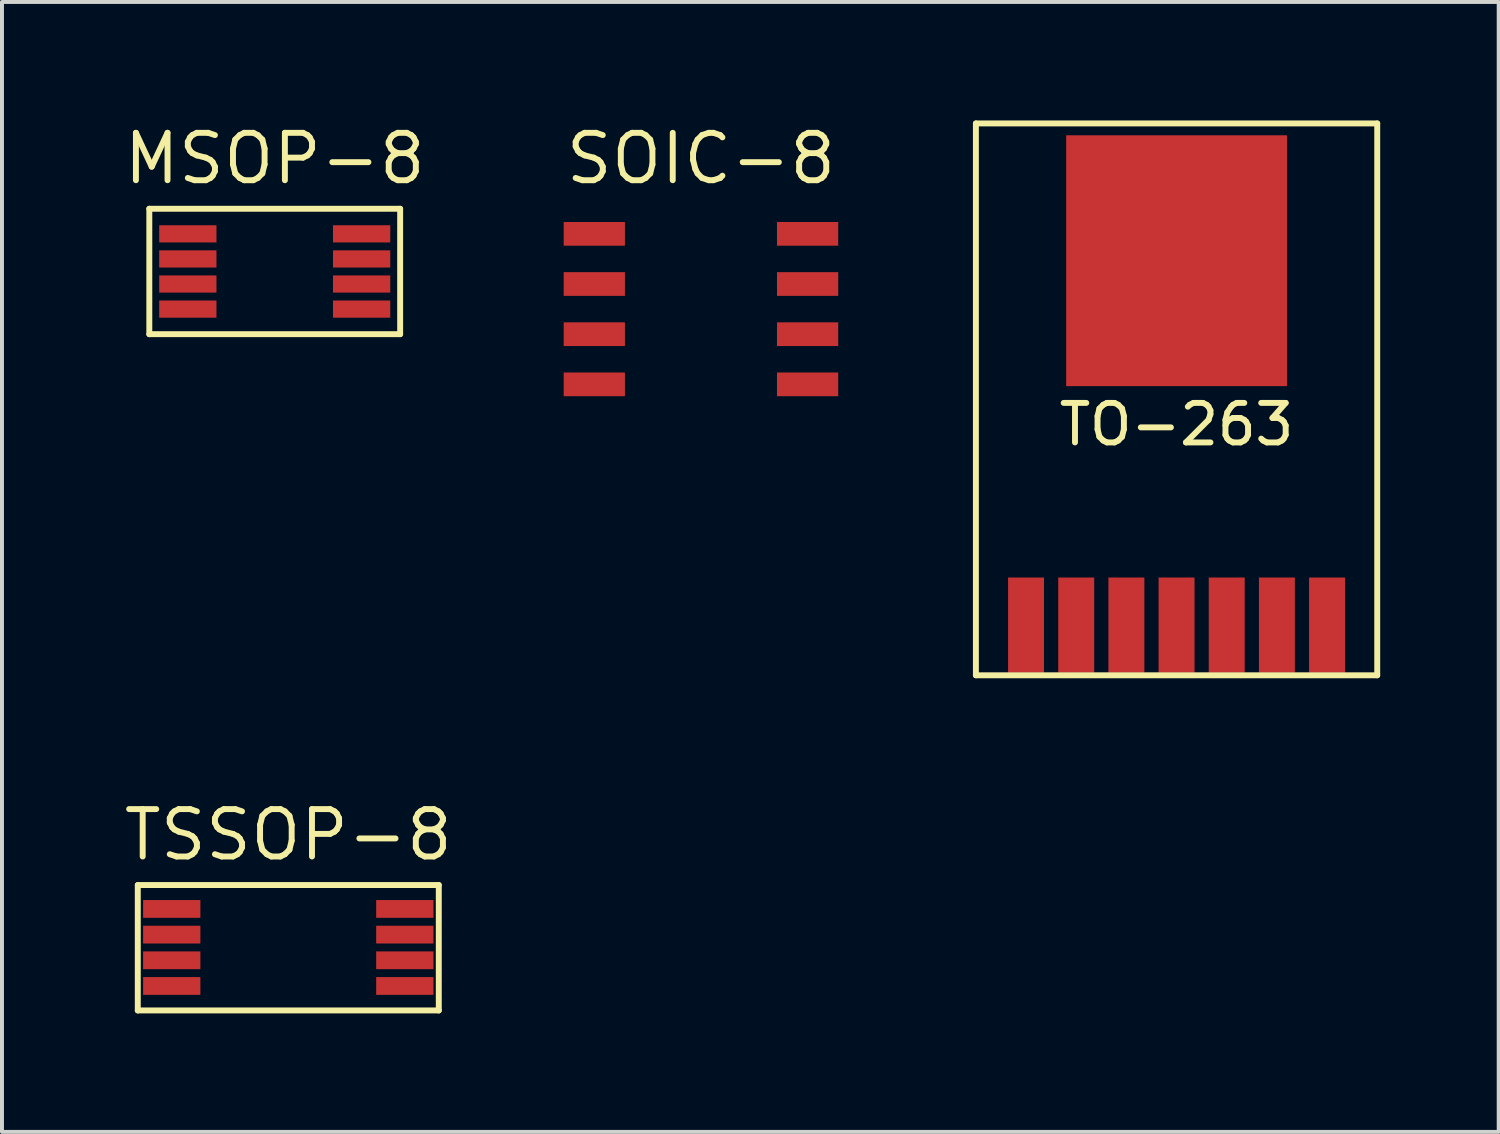
<source format=kicad_pcb>
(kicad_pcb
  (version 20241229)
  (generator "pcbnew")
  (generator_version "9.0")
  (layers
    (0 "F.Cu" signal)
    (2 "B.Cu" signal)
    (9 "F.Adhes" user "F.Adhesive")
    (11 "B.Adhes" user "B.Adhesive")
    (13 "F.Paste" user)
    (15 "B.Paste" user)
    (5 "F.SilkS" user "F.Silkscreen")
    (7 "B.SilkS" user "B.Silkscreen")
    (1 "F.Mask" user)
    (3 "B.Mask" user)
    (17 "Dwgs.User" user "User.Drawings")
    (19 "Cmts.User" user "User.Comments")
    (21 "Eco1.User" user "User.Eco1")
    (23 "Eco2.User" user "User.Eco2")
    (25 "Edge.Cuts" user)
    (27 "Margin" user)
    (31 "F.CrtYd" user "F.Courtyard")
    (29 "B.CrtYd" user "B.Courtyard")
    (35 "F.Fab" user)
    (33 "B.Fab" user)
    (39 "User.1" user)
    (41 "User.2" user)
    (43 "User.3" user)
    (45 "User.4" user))
  (footprint "SOIC-8"
    (layer "F.Cu")
    (at 14.695 4.775)
    (property "Reference" "SOIC-8" (at 0 -3.81 0) (layer "F.SilkS") (effects (font (size 1.2 1.2) (thickness 0.15))))
    (attr through_hole)
    (fp_line (start -3.81 -2.54) (end -3.81 2.54) (stroke (width 0.15) (type solid)) (layer "B.Paste"))
    (fp_line (start -3.81 2.54) (end 3.81 2.54) (stroke (width 0.15) (type solid)) (layer "B.Paste"))
    (fp_line (start 3.81 -2.54) (end -3.81 -2.54) (stroke (width 0.15) (type solid)) (layer "B.Paste"))
    (fp_line (start 3.81 2.54) (end 3.81 -2.54) (stroke (width 0.15) (type solid)) (layer "B.Paste"))
    (fp_arc (start 1.27 -2.54) (mid 0 -1.27) (end -1.27 -2.54) (stroke (width 0.15) (type solid)) (layer "B.Paste"))
    (pad "1" smd rect (at -2.7 -1.905 270) (size 0.6 1.55) (layers "F.Cu" "F.Mask" "F.Paste"))
    (pad "2" smd rect (at -2.7 -0.635 270) (size 0.6 1.55) (layers "F.Cu" "F.Mask" "F.Paste"))
    (pad "3" smd rect (at -2.7 0.635 270) (size 0.6 1.55) (layers "F.Cu" "F.Mask" "F.Paste"))
    (pad "4" smd rect (at -2.7 1.905 270) (size 0.6 1.55) (layers "F.Cu" "F.Mask" "F.Paste"))
    (pad "5" smd rect (at 2.7 1.905 270) (size 0.6 1.55) (layers "F.Cu" "F.Mask" "F.Paste"))
    (pad "6" smd rect (at 2.7 0.635 270) (size 0.6 1.55) (layers "F.Cu" "F.Mask" "F.Paste"))
    (pad "7" smd rect (at 2.7 -0.635 270) (size 0.6 1.55) (layers "F.Cu" "F.Mask" "F.Paste"))
    (pad "8" smd rect (at 2.7 -1.905 270) (size 0.6 1.55) (layers "F.Cu" "F.Mask" "F.Paste")))
  (footprint "MSOP-8"
    (layer "F.Cu")
    (at 3.905 4.14)
    (property "Reference" "MSOP-8" (at 0 -3.175 0) (layer "F.SilkS") (effects (font (size 1.2 1.2) (thickness 0.15))))
    (attr through_hole)
    (fp_line (start -3.175 -1.905) (end -3.175 1.27) (stroke (width 0.15) (type solid)) (layer "F.SilkS"))
    (fp_line (start -3.175 1.27) (end 3.175 1.27) (stroke (width 0.15) (type solid)) (layer "F.SilkS"))
    (fp_line (start 3.175 -1.905) (end -3.175 -1.905) (stroke (width 0.15) (type solid)) (layer "F.SilkS"))
    (fp_line (start 3.175 1.27) (end 3.175 -1.905) (stroke (width 0.15) (type solid)) (layer "F.SilkS"))
    (fp_arc (start 0.635 -1.905) (mid 0 -1.27) (end -0.635 -1.905) (stroke (width 0.15) (type solid)) (layer "B.Paste"))
    (pad "1" smd rect (at -2.2 -1.27 270) (size 0.435 1.45) (layers "F.Cu" "F.Mask" "F.Paste"))
    (pad "2" smd rect (at -2.2 -0.635 270) (size 0.435 1.45) (layers "F.Cu" "F.Mask" "F.Paste"))
    (pad "3" smd rect (at -2.2 0 270) (size 0.435 1.45) (layers "F.Cu" "F.Mask" "F.Paste"))
    (pad "4" smd rect (at -2.2 0.635 270) (size 0.435 1.45) (layers "F.Cu" "F.Mask" "F.Paste"))
    (pad "5" smd rect (at 2.2 0.635 270) (size 0.435 1.45) (layers "F.Cu" "F.Mask" "F.Paste"))
    (pad "6" smd rect (at 2.2 0 270) (size 0.435 1.45) (layers "F.Cu" "F.Mask" "F.Paste"))
    (pad "7" smd rect (at 2.2 -0.635 270) (size 0.435 1.45) (layers "F.Cu" "F.Mask" "F.Paste"))
    (pad "8" smd rect (at 2.2 -1.27 270) (size 0.435 1.45) (layers "F.Cu" "F.Mask" "F.Paste")))
  (footprint "TO-263"
    (layer "F.Cu")
    (at 26.735 12.775)
    (property "Reference" "TO-263" (at 0 -5.08 0) (layer "F.SilkS") (effects (font (size 1 1) (thickness 0.15))))
    (attr through_hole)
    (fp_line (start -5.08 -12.7) (end 5.08 -12.7) (stroke (width 0.15) (type solid)) (layer "F.SilkS"))
    (fp_line (start -5.08 1.27) (end -5.08 -12.7) (stroke (width 0.15) (type solid)) (layer "F.SilkS"))
    (fp_line (start 5.08 -12.7) (end 5.08 1.27) (stroke (width 0.15) (type solid)) (layer "F.SilkS"))
    (fp_line (start 5.08 1.27) (end -5.08 1.27) (stroke (width 0.15) (type solid)) (layer "F.SilkS"))
    (pad "1" smd rect (at -3.81 0 270) (size 2.41 0.91) (layers "F.Cu" "F.Mask" "F.Paste"))
    (pad "2" smd rect (at -2.54 0 270) (size 2.41 0.91) (layers "F.Cu" "F.Mask" "F.Paste"))
    (pad "3" smd rect (at -1.27 0 270) (size 2.41 0.91) (layers "F.Cu" "F.Mask" "F.Paste"))
    (pad "4" smd rect (at 0 0 270) (size 2.41 0.91) (layers "F.Cu" "F.Mask" "F.Paste"))
    (pad "5" smd rect (at 1.27 0 270) (size 2.41 0.91) (layers "F.Cu" "F.Mask" "F.Paste"))
    (pad "6" smd rect (at 2.54 0 270) (size 2.41 0.91) (layers "F.Cu" "F.Mask" "F.Paste"))
    (pad "7" smd rect (at 3.81 0 270) (size 2.41 0.91) (layers "F.Cu" "F.Mask" "F.Paste"))
    (pad "8" smd rect (at 0 -9.225 270) (size 6.35 5.59) (layers "F.Cu" "F.Mask" "F.Paste")))
  (footprint "TSSOP-8"
    (layer "F.Cu")
    (at 4.248 21.26)
    (property "Reference" "TSSOP-8" (at 0 -3.175 0) (layer "F.SilkS") (effects (font (size 1.2 1.2) (thickness 0.15))))
    (attr through_hole)
    (fp_line (start -3.81 -1.905) (end -3.81 1.27) (stroke (width 0.15) (type solid)) (layer "F.SilkS"))
    (fp_line (start -3.81 1.27) (end 3.81 1.27) (stroke (width 0.15) (type solid)) (layer "F.SilkS"))
    (fp_line (start 3.81 -1.905) (end -3.81 -1.905) (stroke (width 0.15) (type solid)) (layer "F.SilkS"))
    (fp_line (start 3.81 1.27) (end 3.81 -1.905) (stroke (width 0.15) (type solid)) (layer "F.SilkS"))
    (fp_arc (start 0.635 -1.905) (mid 0 -1.27) (end -0.635 -1.905) (stroke (width 0.15) (type solid)) (layer "B.Paste"))
    (pad "1" smd rect (at -2.95 -1.3 270) (size 0.45 1.45) (layers "F.Cu" "F.Mask" "F.Paste"))
    (pad "2" smd rect (at -2.95 -0.65 270) (size 0.45 1.45) (layers "F.Cu" "F.Mask" "F.Paste"))
    (pad "3" smd rect (at -2.95 0 270) (size 0.45 1.45) (layers "F.Cu" "F.Mask" "F.Paste"))
    (pad "4" smd rect (at -2.95 0.65 270) (size 0.45 1.45) (layers "F.Cu" "F.Mask" "F.Paste"))
    (pad "5" smd rect (at 2.95 0.65 270) (size 0.45 1.45) (layers "F.Cu" "F.Mask" "F.Paste"))
    (pad "6" smd rect (at 2.95 0 270) (size 0.45 1.45) (layers "F.Cu" "F.Mask" "F.Paste"))
    (pad "7" smd rect (at 2.95 -0.65 270) (size 0.45 1.45) (layers "F.Cu" "F.Mask" "F.Paste"))
    (pad "8" smd rect (at 2.95 -1.3 270) (size 0.45 1.45) (layers "F.Cu" "F.Mask" "F.Paste")))
  (gr_rect
    (start -3 -3)
    (end 34.89 25.605)
    (stroke (width 0.1) (type default))
    (fill no)
    (layer "Edge.Cuts")))
</source>
